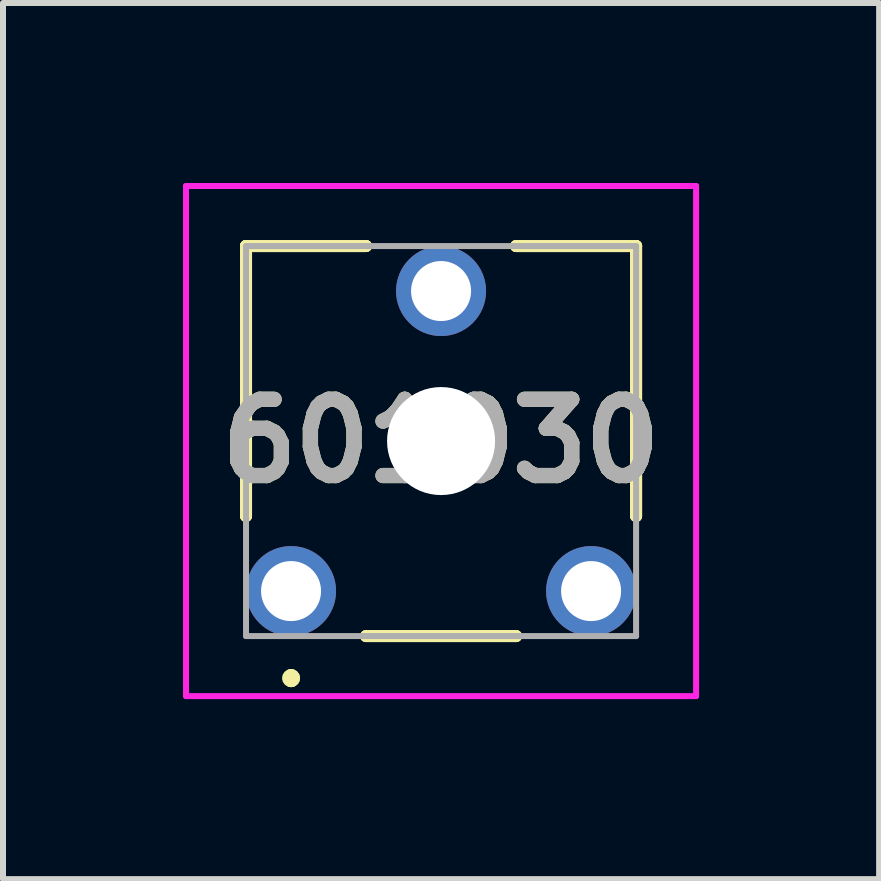
<source format=kicad_pcb>
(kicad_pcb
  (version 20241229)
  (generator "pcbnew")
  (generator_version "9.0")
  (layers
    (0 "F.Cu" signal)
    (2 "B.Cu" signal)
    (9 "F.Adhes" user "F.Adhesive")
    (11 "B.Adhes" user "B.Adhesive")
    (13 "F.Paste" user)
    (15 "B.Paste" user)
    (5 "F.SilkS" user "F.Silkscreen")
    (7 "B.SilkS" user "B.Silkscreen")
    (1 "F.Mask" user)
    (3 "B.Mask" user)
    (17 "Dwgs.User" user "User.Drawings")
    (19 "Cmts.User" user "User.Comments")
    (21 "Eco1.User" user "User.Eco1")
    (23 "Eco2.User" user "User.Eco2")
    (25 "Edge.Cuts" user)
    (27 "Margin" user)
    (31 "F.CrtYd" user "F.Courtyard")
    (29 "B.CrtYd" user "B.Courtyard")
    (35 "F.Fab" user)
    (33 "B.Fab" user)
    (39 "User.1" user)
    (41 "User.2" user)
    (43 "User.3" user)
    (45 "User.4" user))
  (footprint "601030"
    (layer "F.Cu")
    (at 1.8 6.8)
    (property "Reference" "601030" (at 2.5 -2.5 0) (layer "F.SilkS") (effects (font (size 1.27 1.27) (thickness 0.254))))
    (attr through_hole)
    (fp_line (start -0.75 -5.75) (end -0.75 -5.75) (stroke (width 0.2) (type solid)) (layer "F.SilkS"))
    (fp_line (start -0.75 -5.75) (end -0.75 -5.75) (stroke (width 0.2) (type solid)) (layer "F.SilkS"))
    (fp_line (start -0.75 -5.75) (end -0.75 -1.25) (stroke (width 0.2) (type solid)) (layer "F.SilkS"))
    (fp_line (start -0.75 -5.75) (end 1.25 -5.75) (stroke (width 0.2) (type solid)) (layer "F.SilkS"))
    (fp_line (start -0.75 -1.25) (end -0.75 -5.75) (stroke (width 0.2) (type solid)) (layer "F.SilkS"))
    (fp_line (start -0.75 -1.25) (end -0.75 -1.25) (stroke (width 0.2) (type solid)) (layer "F.SilkS"))
    (fp_line (start 0 1.4) (end 0 1.4) (stroke (width 0.2) (type solid)) (layer "F.SilkS"))
    (fp_line (start 0 1.5) (end 0 1.5) (stroke (width 0.2) (type solid)) (layer "F.SilkS"))
    (fp_line (start 0 1.5) (end 0 1.5) (stroke (width 0.2) (type solid)) (layer "F.SilkS"))
    (fp_line (start 1.25 -5.75) (end -0.75 -5.75) (stroke (width 0.2) (type solid)) (layer "F.SilkS"))
    (fp_line (start 1.25 -5.75) (end 1.25 -5.75) (stroke (width 0.2) (type solid)) (layer "F.SilkS"))
    (fp_line (start 1.25 0.75) (end 1.25 0.75) (stroke (width 0.2) (type solid)) (layer "F.SilkS"))
    (fp_line (start 1.25 0.75) (end 3.75 0.75) (stroke (width 0.2) (type solid)) (layer "F.SilkS"))
    (fp_line (start 3.75 -5.75) (end 3.75 -5.75) (stroke (width 0.2) (type solid)) (layer "F.SilkS"))
    (fp_line (start 3.75 -5.75) (end 5.75 -5.75) (stroke (width 0.2) (type solid)) (layer "F.SilkS"))
    (fp_line (start 3.75 0.75) (end 1.25 0.75) (stroke (width 0.2) (type solid)) (layer "F.SilkS"))
    (fp_line (start 3.75 0.75) (end 3.75 0.75) (stroke (width 0.2) (type solid)) (layer "F.SilkS"))
    (fp_line (start 5.75 -5.75) (end 3.75 -5.75) (stroke (width 0.2) (type solid)) (layer "F.SilkS"))
    (fp_line (start 5.75 -5.75) (end 5.75 -5.75) (stroke (width 0.2) (type solid)) (layer "F.SilkS"))
    (fp_line (start 5.75 -5.75) (end 5.75 -5.75) (stroke (width 0.2) (type solid)) (layer "F.SilkS"))
    (fp_line (start 5.75 -5.75) (end 5.75 -1.25) (stroke (width 0.2) (type solid)) (layer "F.SilkS"))
    (fp_line (start 5.75 -1.25) (end 5.75 -5.75) (stroke (width 0.2) (type solid)) (layer "F.SilkS"))
    (fp_line (start 5.75 -1.25) (end 5.75 -1.25) (stroke (width 0.2) (type solid)) (layer "F.SilkS"))
    (fp_arc (start 0 1.4) (mid 0.05 1.45) (end 0 1.5) (stroke (width 0.2) (type solid)) (layer "F.SilkS"))
    (fp_arc (start 0 1.4) (mid 0.05 1.45) (end 0 1.5) (stroke (width 0.2) (type solid)) (layer "F.SilkS"))
    (fp_arc (start 0 1.5) (mid -0.05 1.45) (end 0 1.4) (stroke (width 0.2) (type solid)) (layer "F.SilkS"))
    (fp_line (start -1.75 -6.75) (end 6.75 -6.75) (stroke (width 0.1) (type solid)) (layer "F.CrtYd"))
    (fp_line (start -1.75 1.75) (end -1.75 -6.75) (stroke (width 0.1) (type solid)) (layer "F.CrtYd"))
    (fp_line (start 6.75 -6.75) (end 6.75 1.75) (stroke (width 0.1) (type solid)) (layer "F.CrtYd"))
    (fp_line (start 6.75 1.75) (end -1.75 1.75) (stroke (width 0.1) (type solid)) (layer "F.CrtYd"))
    (fp_line (start -0.75 -5.75) (end -0.75 0.75) (stroke (width 0.1) (type solid)) (layer "F.Fab"))
    (fp_line (start -0.75 0.75) (end 5.75 0.75) (stroke (width 0.1) (type solid)) (layer "F.Fab"))
    (fp_line (start 5.75 -5.75) (end -0.75 -5.75) (stroke (width 0.1) (type solid)) (layer "F.Fab"))
    (fp_line (start 5.75 0.75) (end 5.75 -5.75) (stroke (width 0.1) (type solid)) (layer "F.Fab"))
    (fp_text user "${REFERENCE}" (at 2.5 -2.5 0) (layer "F.Fab") (effects (font (size 1.27 1.27) (thickness 0.254))))
    (pad "" np_thru_hole circle (at 2.5 -2.5) (size 1.8 1.8) (drill 1.8) (layers "*.Cu" "*.Mask"))
    (pad "1" thru_hole circle (at 0 0) (size 1.5 1.5) (drill 1) (layers "*.Cu" "*.Mask"))
    (pad "2" thru_hole circle (at 2.5 -5) (size 1.5 1.5) (drill 1) (layers "*.Cu" "*.Mask"))
    (pad "3" thru_hole circle (at 5 0) (size 1.5 1.5) (drill 1) (layers "*.Cu" "*.Mask")))
  (gr_rect
    (start -3 -3)
    (end 11.6 11.6)
    (stroke (width 0.1) (type default))
    (fill no)
    (layer "Edge.Cuts")))
</source>
